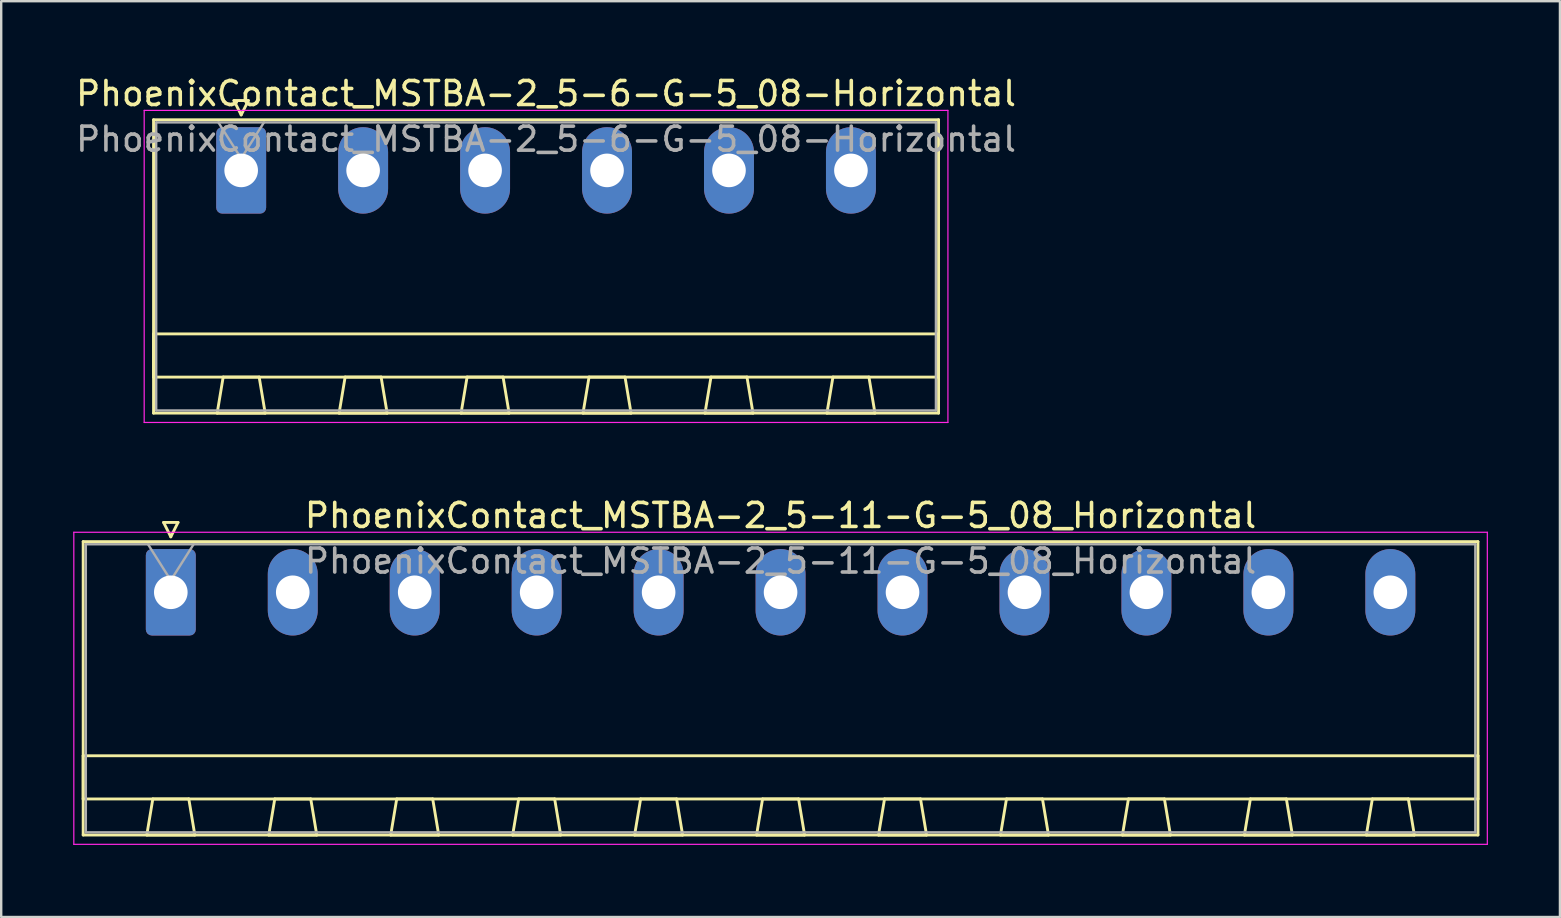
<source format=kicad_pcb>
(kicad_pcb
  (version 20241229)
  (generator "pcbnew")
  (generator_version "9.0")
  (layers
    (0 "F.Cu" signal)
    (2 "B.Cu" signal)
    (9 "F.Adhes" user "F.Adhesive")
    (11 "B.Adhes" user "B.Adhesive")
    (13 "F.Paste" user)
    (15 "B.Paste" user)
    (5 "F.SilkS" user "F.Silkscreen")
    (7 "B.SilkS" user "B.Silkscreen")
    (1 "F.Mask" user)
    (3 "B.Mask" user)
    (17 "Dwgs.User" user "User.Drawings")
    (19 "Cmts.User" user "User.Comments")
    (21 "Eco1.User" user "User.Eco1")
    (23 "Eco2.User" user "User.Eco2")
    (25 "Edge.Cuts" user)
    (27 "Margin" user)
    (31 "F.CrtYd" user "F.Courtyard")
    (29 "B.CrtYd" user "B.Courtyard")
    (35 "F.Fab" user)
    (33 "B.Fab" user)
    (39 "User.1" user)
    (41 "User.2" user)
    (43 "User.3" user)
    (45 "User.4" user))
  (footprint "PhoenixContact_MSTBA-2_5-6-G-5_08-Horizontal"
    (layer "F.Cu")
    (at 6.996 4.048)
    (property "Reference" "PhoenixContact_MSTBA-2_5-6-G-5_08-Horizontal" (at 12.7 -3.2 0) (layer "F.SilkS") (effects (font (size 1 1) (thickness 0.15))))
    (attr through_hole)
    (fp_line (start -3.65 -2.11) (end -3.65 10.11) (stroke (width 0.12) (type solid)) (layer "F.SilkS"))
    (fp_line (start -3.65 6.81) (end 29.05 6.81) (stroke (width 0.12) (type solid)) (layer "F.SilkS"))
    (fp_line (start -3.65 8.61) (end -3.65 6.81) (stroke (width 0.12) (type solid)) (layer "F.SilkS"))
    (fp_line (start -3.65 10.11) (end 29.05 10.11) (stroke (width 0.12) (type solid)) (layer "F.SilkS"))
    (fp_line (start -1 10.11) (end 1 10.11) (stroke (width 0.12) (type solid)) (layer "F.SilkS"))
    (fp_line (start -0.75 8.61) (end -1 10.11) (stroke (width 0.12) (type solid)) (layer "F.SilkS"))
    (fp_line (start -0.3 -2.91) (end 0.3 -2.91) (stroke (width 0.12) (type solid)) (layer "F.SilkS"))
    (fp_line (start 0 -2.31) (end -0.3 -2.91) (stroke (width 0.12) (type solid)) (layer "F.SilkS"))
    (fp_line (start 0.3 -2.91) (end 0 -2.31) (stroke (width 0.12) (type solid)) (layer "F.SilkS"))
    (fp_line (start 0.75 8.61) (end -0.75 8.61) (stroke (width 0.12) (type solid)) (layer "F.SilkS"))
    (fp_line (start 1 10.11) (end 0.75 8.61) (stroke (width 0.12) (type solid)) (layer "F.SilkS"))
    (fp_line (start 4.08 10.11) (end 6.08 10.11) (stroke (width 0.12) (type solid)) (layer "F.SilkS"))
    (fp_line (start 4.33 8.61) (end 4.08 10.11) (stroke (width 0.12) (type solid)) (layer "F.SilkS"))
    (fp_line (start 5.83 8.61) (end 4.33 8.61) (stroke (width 0.12) (type solid)) (layer "F.SilkS"))
    (fp_line (start 6.08 10.11) (end 5.83 8.61) (stroke (width 0.12) (type solid)) (layer "F.SilkS"))
    (fp_line (start 9.16 10.11) (end 11.16 10.11) (stroke (width 0.12) (type solid)) (layer "F.SilkS"))
    (fp_line (start 9.41 8.61) (end 9.16 10.11) (stroke (width 0.12) (type solid)) (layer "F.SilkS"))
    (fp_line (start 10.91 8.61) (end 9.41 8.61) (stroke (width 0.12) (type solid)) (layer "F.SilkS"))
    (fp_line (start 11.16 10.11) (end 10.91 8.61) (stroke (width 0.12) (type solid)) (layer "F.SilkS"))
    (fp_line (start 14.24 10.11) (end 16.24 10.11) (stroke (width 0.12) (type solid)) (layer "F.SilkS"))
    (fp_line (start 14.49 8.61) (end 14.24 10.11) (stroke (width 0.12) (type solid)) (layer "F.SilkS"))
    (fp_line (start 15.99 8.61) (end 14.49 8.61) (stroke (width 0.12) (type solid)) (layer "F.SilkS"))
    (fp_line (start 16.24 10.11) (end 15.99 8.61) (stroke (width 0.12) (type solid)) (layer "F.SilkS"))
    (fp_line (start 19.32 10.11) (end 21.32 10.11) (stroke (width 0.12) (type solid)) (layer "F.SilkS"))
    (fp_line (start 19.57 8.61) (end 19.32 10.11) (stroke (width 0.12) (type solid)) (layer "F.SilkS"))
    (fp_line (start 21.07 8.61) (end 19.57 8.61) (stroke (width 0.12) (type solid)) (layer "F.SilkS"))
    (fp_line (start 21.32 10.11) (end 21.07 8.61) (stroke (width 0.12) (type solid)) (layer "F.SilkS"))
    (fp_line (start 24.4 10.11) (end 26.4 10.11) (stroke (width 0.12) (type solid)) (layer "F.SilkS"))
    (fp_line (start 24.65 8.61) (end 24.4 10.11) (stroke (width 0.12) (type solid)) (layer "F.SilkS"))
    (fp_line (start 26.15 8.61) (end 24.65 8.61) (stroke (width 0.12) (type solid)) (layer "F.SilkS"))
    (fp_line (start 26.4 10.11) (end 26.15 8.61) (stroke (width 0.12) (type solid)) (layer "F.SilkS"))
    (fp_line (start 29.05 -2.11) (end -3.65 -2.11) (stroke (width 0.12) (type solid)) (layer "F.SilkS"))
    (fp_line (start 29.05 6.81) (end 29.05 8.61) (stroke (width 0.12) (type solid)) (layer "F.SilkS"))
    (fp_line (start 29.05 8.61) (end -3.65 8.61) (stroke (width 0.12) (type solid)) (layer "F.SilkS"))
    (fp_line (start 29.05 10.11) (end 29.05 -2.11) (stroke (width 0.12) (type solid)) (layer "F.SilkS"))
    (fp_line (start -4.04 -2.5) (end -4.04 10.5) (stroke (width 0.05) (type solid)) (layer "F.CrtYd"))
    (fp_line (start -4.04 10.5) (end 29.44 10.5) (stroke (width 0.05) (type solid)) (layer "F.CrtYd"))
    (fp_line (start 29.44 -2.5) (end -4.04 -2.5) (stroke (width 0.05) (type solid)) (layer "F.CrtYd"))
    (fp_line (start 29.44 10.5) (end 29.44 -2.5) (stroke (width 0.05) (type solid)) (layer "F.CrtYd"))
    (fp_line (start -3.54 -2) (end -3.54 10) (stroke (width 0.1) (type solid)) (layer "F.Fab"))
    (fp_line (start -3.54 10) (end 28.94 10) (stroke (width 0.1) (type solid)) (layer "F.Fab"))
    (fp_line (start 0 -0.5) (end -0.95 -2) (stroke (width 0.1) (type solid)) (layer "F.Fab"))
    (fp_line (start 0.95 -2) (end 0 -0.5) (stroke (width 0.1) (type solid)) (layer "F.Fab"))
    (fp_line (start 28.94 -2) (end -3.54 -2) (stroke (width 0.1) (type solid)) (layer "F.Fab"))
    (fp_line (start 28.94 10) (end 28.94 -2) (stroke (width 0.1) (type solid)) (layer "F.Fab"))
    (fp_text user "${REFERENCE}" (at 12.7 -1.3 0) (layer "F.Fab") (effects (font (size 1 1) (thickness 0.15))))
    (pad "1" thru_hole roundrect (at 0 0) (size 2.08 3.6) (drill 1.4) (layers "*.Cu" "*.Mask") (roundrect_rratio 0.12))
    (pad "2" thru_hole oval (at 5.08 0) (size 2.08 3.6) (drill 1.4) (layers "*.Cu" "*.Mask"))
    (pad "3" thru_hole oval (at 10.16 0) (size 2.08 3.6) (drill 1.4) (layers "*.Cu" "*.Mask"))
    (pad "4" thru_hole oval (at 15.24 0) (size 2.08 3.6) (drill 1.4) (layers "*.Cu" "*.Mask"))
    (pad "5" thru_hole oval (at 20.32 0) (size 2.08 3.6) (drill 1.4) (layers "*.Cu" "*.Mask"))
    (pad "6" thru_hole oval (at 25.4 0) (size 2.08 3.6) (drill 1.4) (layers "*.Cu" "*.Mask")))
  (footprint "PhoenixContact_MSTBA-2_5-11-G-5_08_Horizontal"
    (layer "F.Cu")
    (at 4.065 21.622)
    (property "Reference" "PhoenixContact_MSTBA-2_5-11-G-5_08_Horizontal" (at 25.4 -3.2 0) (layer "F.SilkS") (effects (font (size 1 1) (thickness 0.15))))
    (attr through_hole)
    (fp_line (start -3.65 -2.11) (end -3.65 10.11) (stroke (width 0.12) (type solid)) (layer "F.SilkS"))
    (fp_line (start -3.65 6.81) (end 54.45 6.81) (stroke (width 0.12) (type solid)) (layer "F.SilkS"))
    (fp_line (start -3.65 8.61) (end -3.65 6.81) (stroke (width 0.12) (type solid)) (layer "F.SilkS"))
    (fp_line (start -3.65 10.11) (end 54.45 10.11) (stroke (width 0.12) (type solid)) (layer "F.SilkS"))
    (fp_line (start -1 10.11) (end 1 10.11) (stroke (width 0.12) (type solid)) (layer "F.SilkS"))
    (fp_line (start -0.75 8.61) (end -1 10.11) (stroke (width 0.12) (type solid)) (layer "F.SilkS"))
    (fp_line (start -0.3 -2.91) (end 0.3 -2.91) (stroke (width 0.12) (type solid)) (layer "F.SilkS"))
    (fp_line (start 0 -2.31) (end -0.3 -2.91) (stroke (width 0.12) (type solid)) (layer "F.SilkS"))
    (fp_line (start 0.3 -2.91) (end 0 -2.31) (stroke (width 0.12) (type solid)) (layer "F.SilkS"))
    (fp_line (start 0.75 8.61) (end -0.75 8.61) (stroke (width 0.12) (type solid)) (layer "F.SilkS"))
    (fp_line (start 1 10.11) (end 0.75 8.61) (stroke (width 0.12) (type solid)) (layer "F.SilkS"))
    (fp_line (start 4.08 10.11) (end 6.08 10.11) (stroke (width 0.12) (type solid)) (layer "F.SilkS"))
    (fp_line (start 4.33 8.61) (end 4.08 10.11) (stroke (width 0.12) (type solid)) (layer "F.SilkS"))
    (fp_line (start 5.83 8.61) (end 4.33 8.61) (stroke (width 0.12) (type solid)) (layer "F.SilkS"))
    (fp_line (start 6.08 10.11) (end 5.83 8.61) (stroke (width 0.12) (type solid)) (layer "F.SilkS"))
    (fp_line (start 9.16 10.11) (end 11.16 10.11) (stroke (width 0.12) (type solid)) (layer "F.SilkS"))
    (fp_line (start 9.41 8.61) (end 9.16 10.11) (stroke (width 0.12) (type solid)) (layer "F.SilkS"))
    (fp_line (start 10.91 8.61) (end 9.41 8.61) (stroke (width 0.12) (type solid)) (layer "F.SilkS"))
    (fp_line (start 11.16 10.11) (end 10.91 8.61) (stroke (width 0.12) (type solid)) (layer "F.SilkS"))
    (fp_line (start 14.24 10.11) (end 16.24 10.11) (stroke (width 0.12) (type solid)) (layer "F.SilkS"))
    (fp_line (start 14.49 8.61) (end 14.24 10.11) (stroke (width 0.12) (type solid)) (layer "F.SilkS"))
    (fp_line (start 15.99 8.61) (end 14.49 8.61) (stroke (width 0.12) (type solid)) (layer "F.SilkS"))
    (fp_line (start 16.24 10.11) (end 15.99 8.61) (stroke (width 0.12) (type solid)) (layer "F.SilkS"))
    (fp_line (start 19.32 10.11) (end 21.32 10.11) (stroke (width 0.12) (type solid)) (layer "F.SilkS"))
    (fp_line (start 19.57 8.61) (end 19.32 10.11) (stroke (width 0.12) (type solid)) (layer "F.SilkS"))
    (fp_line (start 21.07 8.61) (end 19.57 8.61) (stroke (width 0.12) (type solid)) (layer "F.SilkS"))
    (fp_line (start 21.32 10.11) (end 21.07 8.61) (stroke (width 0.12) (type solid)) (layer "F.SilkS"))
    (fp_line (start 24.4 10.11) (end 26.4 10.11) (stroke (width 0.12) (type solid)) (layer "F.SilkS"))
    (fp_line (start 24.65 8.61) (end 24.4 10.11) (stroke (width 0.12) (type solid)) (layer "F.SilkS"))
    (fp_line (start 26.15 8.61) (end 24.65 8.61) (stroke (width 0.12) (type solid)) (layer "F.SilkS"))
    (fp_line (start 26.4 10.11) (end 26.15 8.61) (stroke (width 0.12) (type solid)) (layer "F.SilkS"))
    (fp_line (start 29.48 10.11) (end 31.48 10.11) (stroke (width 0.12) (type solid)) (layer "F.SilkS"))
    (fp_line (start 29.73 8.61) (end 29.48 10.11) (stroke (width 0.12) (type solid)) (layer "F.SilkS"))
    (fp_line (start 31.23 8.61) (end 29.73 8.61) (stroke (width 0.12) (type solid)) (layer "F.SilkS"))
    (fp_line (start 31.48 10.11) (end 31.23 8.61) (stroke (width 0.12) (type solid)) (layer "F.SilkS"))
    (fp_line (start 34.56 10.11) (end 36.56 10.11) (stroke (width 0.12) (type solid)) (layer "F.SilkS"))
    (fp_line (start 34.81 8.61) (end 34.56 10.11) (stroke (width 0.12) (type solid)) (layer "F.SilkS"))
    (fp_line (start 36.31 8.61) (end 34.81 8.61) (stroke (width 0.12) (type solid)) (layer "F.SilkS"))
    (fp_line (start 36.56 10.11) (end 36.31 8.61) (stroke (width 0.12) (type solid)) (layer "F.SilkS"))
    (fp_line (start 39.64 10.11) (end 41.64 10.11) (stroke (width 0.12) (type solid)) (layer "F.SilkS"))
    (fp_line (start 39.89 8.61) (end 39.64 10.11) (stroke (width 0.12) (type solid)) (layer "F.SilkS"))
    (fp_line (start 41.39 8.61) (end 39.89 8.61) (stroke (width 0.12) (type solid)) (layer "F.SilkS"))
    (fp_line (start 41.64 10.11) (end 41.39 8.61) (stroke (width 0.12) (type solid)) (layer "F.SilkS"))
    (fp_line (start 44.72 10.11) (end 46.72 10.11) (stroke (width 0.12) (type solid)) (layer "F.SilkS"))
    (fp_line (start 44.97 8.61) (end 44.72 10.11) (stroke (width 0.12) (type solid)) (layer "F.SilkS"))
    (fp_line (start 46.47 8.61) (end 44.97 8.61) (stroke (width 0.12) (type solid)) (layer "F.SilkS"))
    (fp_line (start 46.72 10.11) (end 46.47 8.61) (stroke (width 0.12) (type solid)) (layer "F.SilkS"))
    (fp_line (start 49.8 10.11) (end 51.8 10.11) (stroke (width 0.12) (type solid)) (layer "F.SilkS"))
    (fp_line (start 50.05 8.61) (end 49.8 10.11) (stroke (width 0.12) (type solid)) (layer "F.SilkS"))
    (fp_line (start 51.55 8.61) (end 50.05 8.61) (stroke (width 0.12) (type solid)) (layer "F.SilkS"))
    (fp_line (start 51.8 10.11) (end 51.55 8.61) (stroke (width 0.12) (type solid)) (layer "F.SilkS"))
    (fp_line (start 54.45 -2.11) (end -3.65 -2.11) (stroke (width 0.12) (type solid)) (layer "F.SilkS"))
    (fp_line (start 54.45 6.81) (end 54.45 8.61) (stroke (width 0.12) (type solid)) (layer "F.SilkS"))
    (fp_line (start 54.45 8.61) (end -3.65 8.61) (stroke (width 0.12) (type solid)) (layer "F.SilkS"))
    (fp_line (start 54.45 10.11) (end 54.45 -2.11) (stroke (width 0.12) (type solid)) (layer "F.SilkS"))
    (fp_line (start -4.04 -2.5) (end -4.04 10.5) (stroke (width 0.05) (type solid)) (layer "F.CrtYd"))
    (fp_line (start -4.04 10.5) (end 54.84 10.5) (stroke (width 0.05) (type solid)) (layer "F.CrtYd"))
    (fp_line (start 54.84 -2.5) (end -4.04 -2.5) (stroke (width 0.05) (type solid)) (layer "F.CrtYd"))
    (fp_line (start 54.84 10.5) (end 54.84 -2.5) (stroke (width 0.05) (type solid)) (layer "F.CrtYd"))
    (fp_line (start -3.54 -2) (end -3.54 10) (stroke (width 0.1) (type solid)) (layer "F.Fab"))
    (fp_line (start -3.54 10) (end 54.34 10) (stroke (width 0.1) (type solid)) (layer "F.Fab"))
    (fp_line (start 0 -0.5) (end -0.95 -2) (stroke (width 0.1) (type solid)) (layer "F.Fab"))
    (fp_line (start 0.95 -2) (end 0 -0.5) (stroke (width 0.1) (type solid)) (layer "F.Fab"))
    (fp_line (start 54.34 -2) (end -3.54 -2) (stroke (width 0.1) (type solid)) (layer "F.Fab"))
    (fp_line (start 54.34 10) (end 54.34 -2) (stroke (width 0.1) (type solid)) (layer "F.Fab"))
    (fp_text user "${REFERENCE}" (at 25.4 -1.3 0) (layer "F.Fab") (effects (font (size 1 1) (thickness 0.15))))
    (pad "1" thru_hole roundrect (at 0 0) (size 2.08 3.6) (drill 1.4) (layers "*.Cu" "*.Mask") (roundrect_rratio 0.12))
    (pad "2" thru_hole oval (at 5.08 0) (size 2.08 3.6) (drill 1.4) (layers "*.Cu" "*.Mask"))
    (pad "3" thru_hole oval (at 10.16 0) (size 2.08 3.6) (drill 1.4) (layers "*.Cu" "*.Mask"))
    (pad "4" thru_hole oval (at 15.24 0) (size 2.08 3.6) (drill 1.4) (layers "*.Cu" "*.Mask"))
    (pad "5" thru_hole oval (at 20.32 0) (size 2.08 3.6) (drill 1.4) (layers "*.Cu" "*.Mask"))
    (pad "6" thru_hole oval (at 25.4 0) (size 2.08 3.6) (drill 1.4) (layers "*.Cu" "*.Mask"))
    (pad "7" thru_hole oval (at 30.48 0) (size 2.08 3.6) (drill 1.4) (layers "*.Cu" "*.Mask"))
    (pad "8" thru_hole oval (at 35.56 0) (size 2.08 3.6) (drill 1.4) (layers "*.Cu" "*.Mask"))
    (pad "9" thru_hole oval (at 40.64 0) (size 2.08 3.6) (drill 1.4) (layers "*.Cu" "*.Mask"))
    (pad "10" thru_hole oval (at 45.72 0) (size 2.08 3.6) (drill 1.4) (layers "*.Cu" "*.Mask"))
    (pad "11" thru_hole oval (at 50.8 0) (size 2.08 3.6) (drill 1.4) (layers "*.Cu" "*.Mask")))
  (gr_rect
    (start -3 -3)
    (end 61.93 35.147)
    (stroke (width 0.1) (type default))
    (fill no)
    (layer "Edge.Cuts")))
</source>
